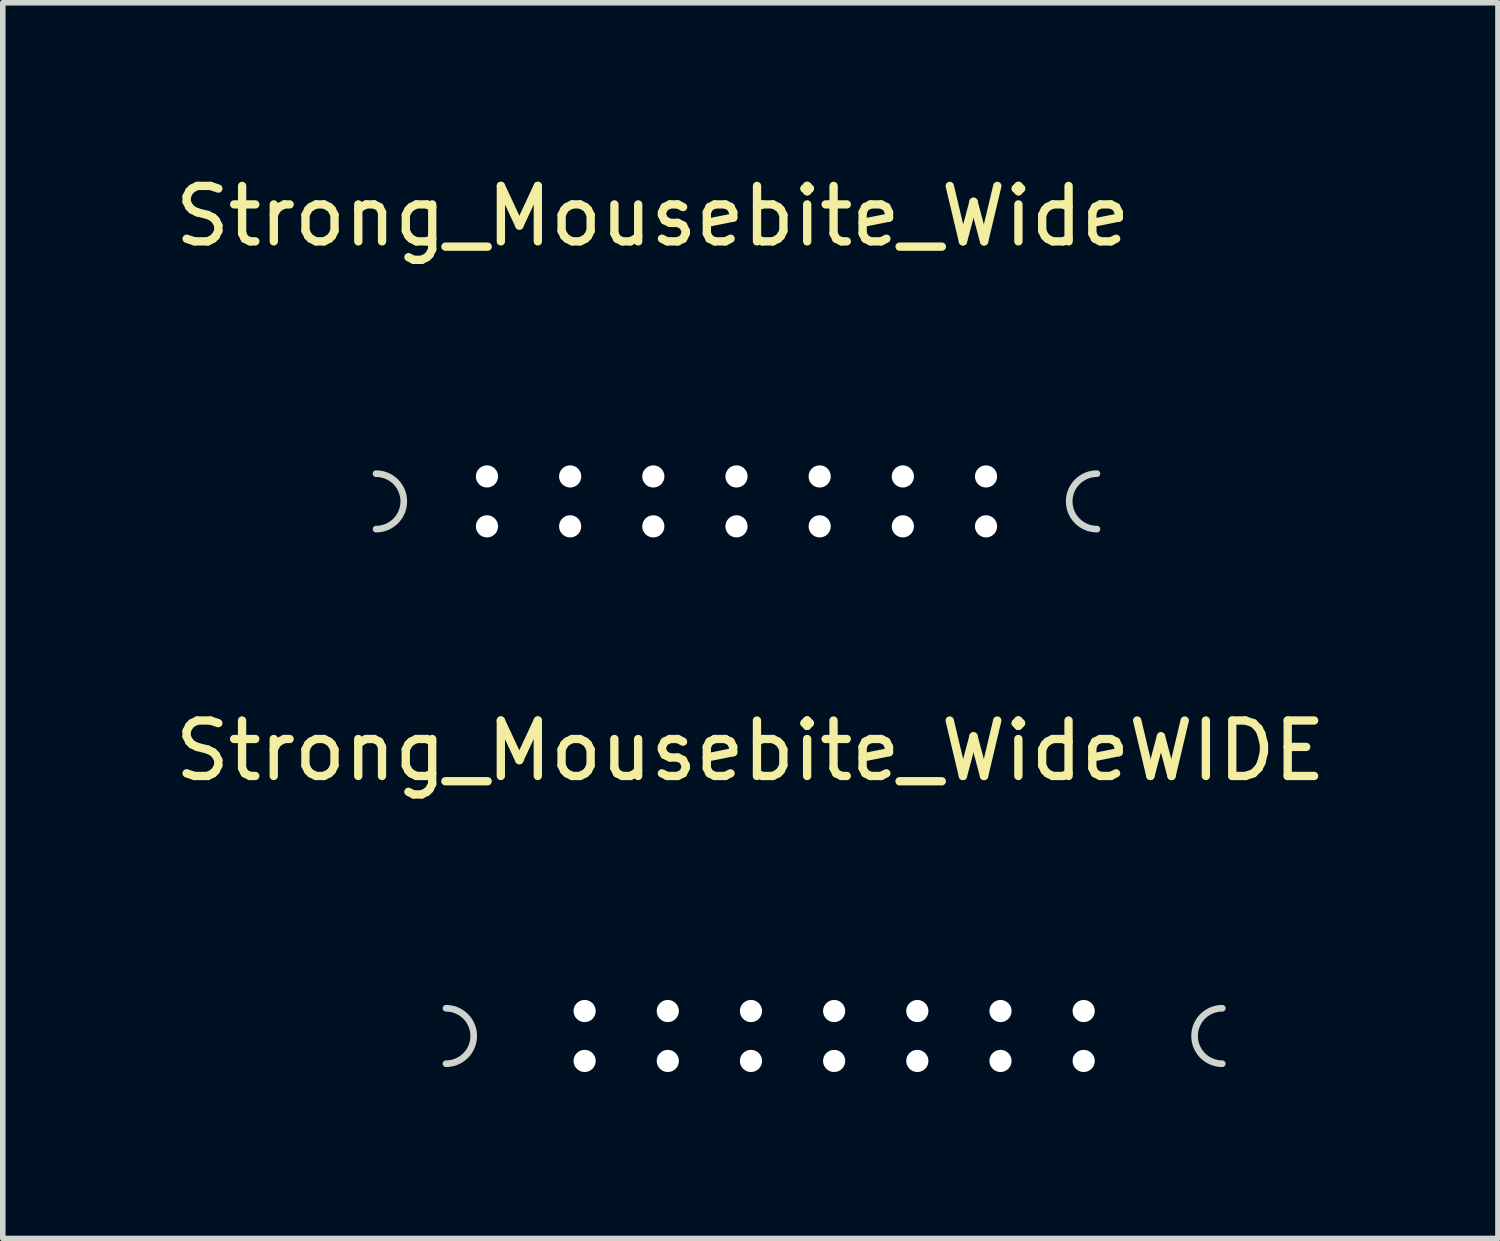
<source format=kicad_pcb>
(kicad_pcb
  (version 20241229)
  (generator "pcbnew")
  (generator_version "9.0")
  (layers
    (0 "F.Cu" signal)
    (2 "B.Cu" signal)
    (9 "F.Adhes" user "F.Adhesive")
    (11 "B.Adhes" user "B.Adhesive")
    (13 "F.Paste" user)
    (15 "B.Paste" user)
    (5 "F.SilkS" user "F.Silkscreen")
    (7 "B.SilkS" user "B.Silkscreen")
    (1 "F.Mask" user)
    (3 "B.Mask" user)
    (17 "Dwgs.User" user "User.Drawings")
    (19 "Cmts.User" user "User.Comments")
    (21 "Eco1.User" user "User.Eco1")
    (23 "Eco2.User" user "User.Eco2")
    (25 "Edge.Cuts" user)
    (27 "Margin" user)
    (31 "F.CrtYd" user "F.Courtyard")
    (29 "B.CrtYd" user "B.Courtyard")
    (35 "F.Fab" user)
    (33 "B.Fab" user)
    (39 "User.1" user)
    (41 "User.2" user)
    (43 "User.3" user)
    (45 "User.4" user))
  (footprint "Strong_Mousebite_Wide"
    (layer "F.Cu")
    (at 10.232 5.992)
    (property "Reference" "Strong_Mousebite_Wide" (at -1.511 -5.144 0) (layer "F.SilkS") (effects (font (size 1 1) (thickness 0.15))))
    (attr through_hole)
    (fp_arc (start -6.5 -0.5) (mid -6 0) (end -6.5 0.5) (stroke (width 0.12) (type solid)) (layer "Edge.Cuts"))
    (fp_arc (start 6.5 0.5) (mid 6 0) (end 6.5 -0.5) (stroke (width 0.12) (type solid)) (layer "Edge.Cuts"))
    (pad "" np_thru_hole circle (at -4.5 -0.45) (size 0.4 0.4) (drill 0.4) (layers "*.Cu" "*.Mask"))
    (pad "" np_thru_hole circle (at -4.5 0.45) (size 0.4 0.4) (drill 0.4) (layers "*.Cu" "*.Mask"))
    (pad "" np_thru_hole circle (at -3 -0.45) (size 0.4 0.4) (drill 0.4) (layers "*.Cu" "*.Mask"))
    (pad "" np_thru_hole circle (at -3 0.45) (size 0.4 0.4) (drill 0.4) (layers "*.Cu" "*.Mask"))
    (pad "" np_thru_hole circle (at -1.5 -0.45) (size 0.4 0.4) (drill 0.4) (layers "*.Cu" "*.Mask"))
    (pad "" np_thru_hole circle (at -1.5 0.45) (size 0.4 0.4) (drill 0.4) (layers "*.Cu" "*.Mask"))
    (pad "" np_thru_hole circle (at 0 -0.45) (size 0.4 0.4) (drill 0.4) (layers "*.Cu" "*.Mask"))
    (pad "" np_thru_hole circle (at 0 0.45) (size 0.4 0.4) (drill 0.4) (layers "*.Cu" "*.Mask"))
    (pad "" np_thru_hole circle (at 1.5 -0.45) (size 0.4 0.4) (drill 0.4) (layers "*.Cu" "*.Mask"))
    (pad "" np_thru_hole circle (at 1.5 0.45) (size 0.4 0.4) (drill 0.4) (layers "*.Cu" "*.Mask"))
    (pad "" np_thru_hole circle (at 3 -0.45) (size 0.4 0.4) (drill 0.4) (layers "*.Cu" "*.Mask"))
    (pad "" np_thru_hole circle (at 3 0.45) (size 0.4 0.4) (drill 0.4) (layers "*.Cu" "*.Mask"))
    (pad "" np_thru_hole circle (at 4.5 -0.45) (size 0.4 0.4) (drill 0.4) (layers "*.Cu" "*.Mask"))
    (pad "" np_thru_hole circle (at 4.5 0.45) (size 0.4 0.4) (drill 0.4) (layers "*.Cu" "*.Mask")))
  (footprint "Strong_Mousebite_WideWIDE"
    (layer "F.Cu")
    (at 11.993 15.633)
    (property "Reference" "Strong_Mousebite_WideWIDE" (at -1.511 -5.144 0) (layer "F.SilkS") (effects (font (size 1 1) (thickness 0.15))))
    (attr through_hole)
    (fp_arc (start -7 -0.5) (mid -6.5 0) (end -7 0.5) (stroke (width 0.12) (type solid)) (layer "Edge.Cuts"))
    (fp_arc (start 7 0.5) (mid 6.5 0) (end 7 -0.5) (stroke (width 0.12) (type solid)) (layer "Edge.Cuts"))
    (pad "" np_thru_hole circle (at -4.5 -0.45) (size 0.4 0.4) (drill 0.4) (layers "*.Cu" "*.Mask"))
    (pad "" np_thru_hole circle (at -4.5 0.45) (size 0.4 0.4) (drill 0.4) (layers "*.Cu" "*.Mask"))
    (pad "" np_thru_hole circle (at -3 -0.45) (size 0.4 0.4) (drill 0.4) (layers "*.Cu" "*.Mask"))
    (pad "" np_thru_hole circle (at -3 0.45) (size 0.4 0.4) (drill 0.4) (layers "*.Cu" "*.Mask"))
    (pad "" np_thru_hole circle (at -1.5 -0.45) (size 0.4 0.4) (drill 0.4) (layers "*.Cu" "*.Mask"))
    (pad "" np_thru_hole circle (at -1.5 0.45) (size 0.4 0.4) (drill 0.4) (layers "*.Cu" "*.Mask"))
    (pad "" np_thru_hole circle (at 0 -0.45) (size 0.4 0.4) (drill 0.4) (layers "*.Cu" "*.Mask"))
    (pad "" np_thru_hole circle (at 0 0.45) (size 0.4 0.4) (drill 0.4) (layers "*.Cu" "*.Mask"))
    (pad "" np_thru_hole circle (at 1.5 -0.45) (size 0.4 0.4) (drill 0.4) (layers "*.Cu" "*.Mask"))
    (pad "" np_thru_hole circle (at 1.5 0.45) (size 0.4 0.4) (drill 0.4) (layers "*.Cu" "*.Mask"))
    (pad "" np_thru_hole circle (at 3 -0.45) (size 0.4 0.4) (drill 0.4) (layers "*.Cu" "*.Mask"))
    (pad "" np_thru_hole circle (at 3 0.45) (size 0.4 0.4) (drill 0.4) (layers "*.Cu" "*.Mask"))
    (pad "" np_thru_hole circle (at 4.5 -0.45) (size 0.4 0.4) (drill 0.4) (layers "*.Cu" "*.Mask"))
    (pad "" np_thru_hole circle (at 4.5 0.45) (size 0.4 0.4) (drill 0.4) (layers "*.Cu" "*.Mask")))
  (gr_rect
    (start -3 -3)
    (end 23.964 19.284)
    (stroke (width 0.1) (type default))
    (fill no)
    (layer "Edge.Cuts")))
</source>
